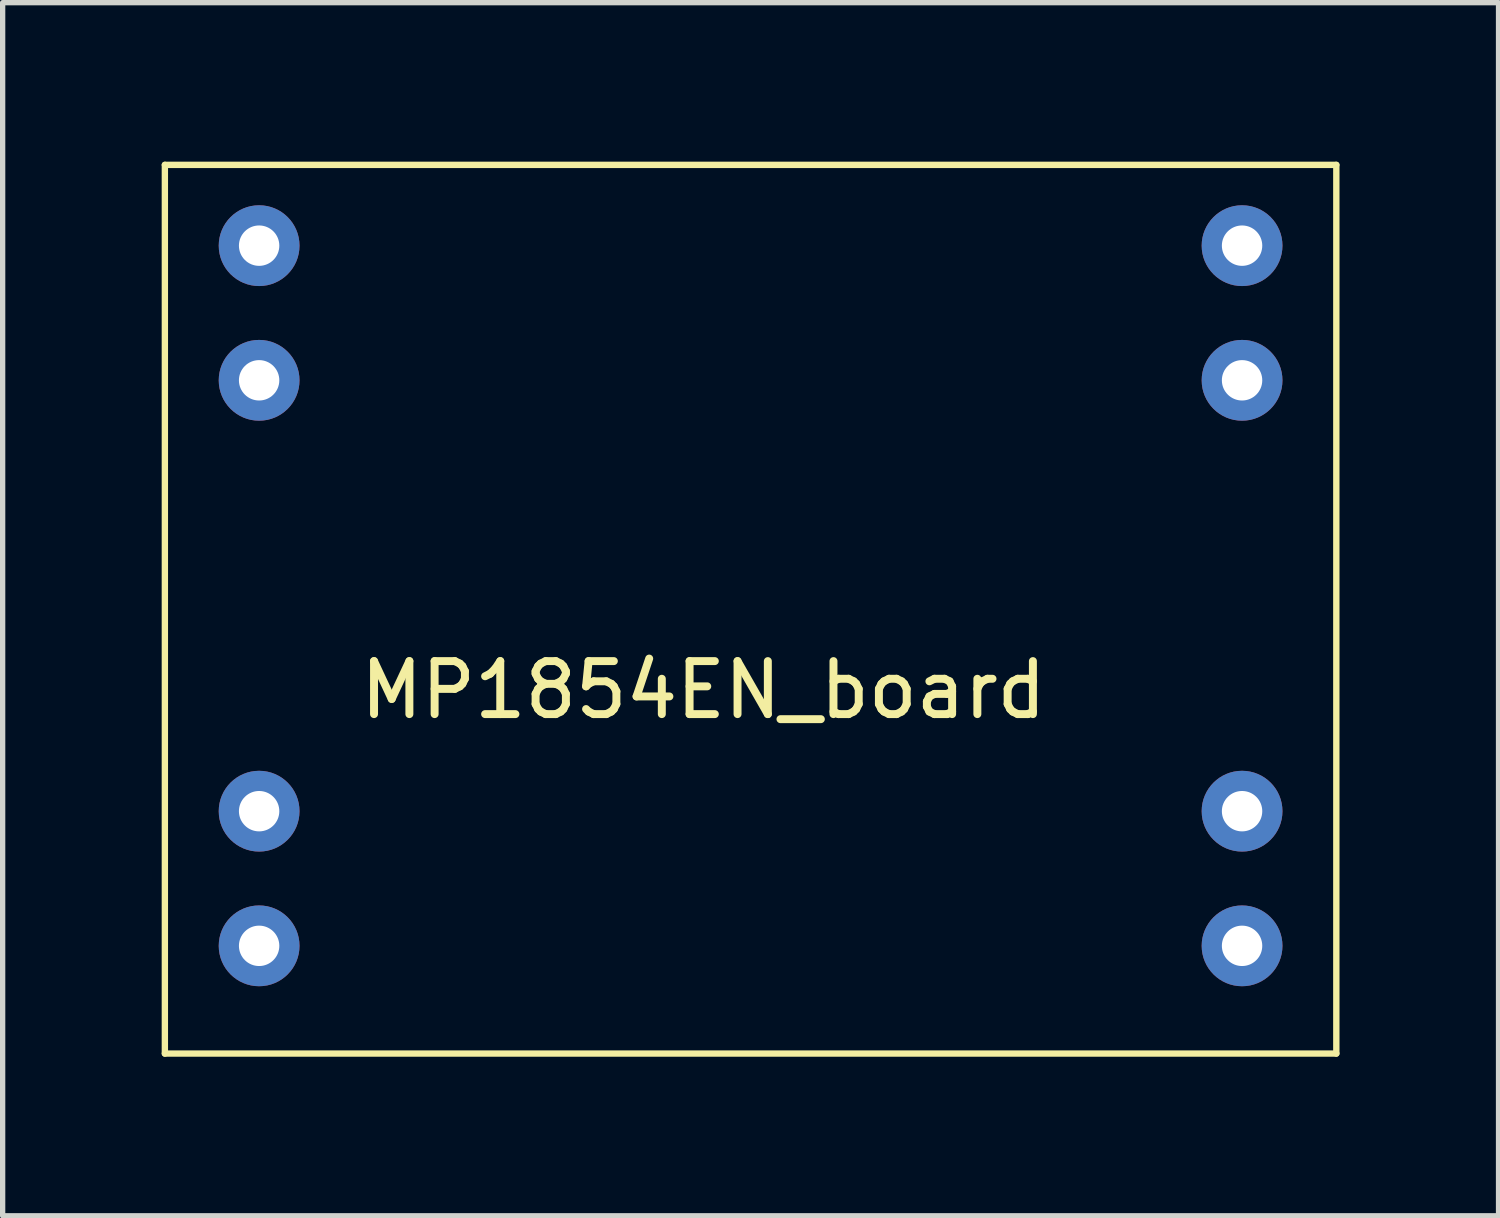
<source format=kicad_pcb>
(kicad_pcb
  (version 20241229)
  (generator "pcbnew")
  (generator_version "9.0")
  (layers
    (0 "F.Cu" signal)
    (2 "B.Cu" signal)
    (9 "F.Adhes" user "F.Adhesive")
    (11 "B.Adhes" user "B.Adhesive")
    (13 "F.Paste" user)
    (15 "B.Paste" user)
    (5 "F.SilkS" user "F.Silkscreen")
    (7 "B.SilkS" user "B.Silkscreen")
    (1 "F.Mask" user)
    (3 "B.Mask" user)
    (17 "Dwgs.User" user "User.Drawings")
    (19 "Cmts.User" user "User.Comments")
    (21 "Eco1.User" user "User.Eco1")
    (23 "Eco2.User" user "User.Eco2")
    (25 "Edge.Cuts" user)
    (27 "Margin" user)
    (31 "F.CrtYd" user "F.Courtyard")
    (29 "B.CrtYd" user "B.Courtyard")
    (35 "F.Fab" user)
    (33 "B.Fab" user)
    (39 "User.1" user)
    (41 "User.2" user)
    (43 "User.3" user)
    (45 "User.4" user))
  (footprint "MP1854EN_board"
    (layer "F.Cu")
    (at 9.458 6.664)
    (property "Reference" "MP1854EN_board" (at 0.762 3.302 0) (layer "F.SilkS") (effects (font (size 1 1) (thickness 0.15))))
    (attr through_hole)
    (fp_line (start -9.398 -6.604) (end 12.7 -6.604) (stroke (width 0.12) (type solid)) (layer "F.SilkS"))
    (fp_line (start -9.398 10.16) (end -9.398 -6.604) (stroke (width 0.12) (type solid)) (layer "F.SilkS"))
    (fp_line (start 12.7 -6.604) (end 12.7 10.16) (stroke (width 0.12) (type solid)) (layer "F.SilkS"))
    (fp_line (start 12.7 10.16) (end -9.398 10.16) (stroke (width 0.12) (type solid)) (layer "F.SilkS"))
    (pad "1" thru_hole circle (at -7.62 -5.08) (size 1.524 1.524) (drill 0.762) (layers "*.Cu" "*.Mask"))
    (pad "2" thru_hole circle (at -7.62 -2.54) (size 1.524 1.524) (drill 0.762) (layers "*.Cu" "*.Mask"))
    (pad "3" thru_hole circle (at -7.62 5.588) (size 1.524 1.524) (drill 0.762) (layers "*.Cu" "*.Mask"))
    (pad "4" thru_hole circle (at -7.62 8.128) (size 1.524 1.524) (drill 0.762) (layers "*.Cu" "*.Mask"))
    (pad "5" thru_hole circle (at 10.922 -5.08) (size 1.524 1.524) (drill 0.762) (layers "*.Cu" "*.Mask"))
    (pad "6" thru_hole circle (at 10.922 -2.54) (size 1.524 1.524) (drill 0.762) (layers "*.Cu" "*.Mask"))
    (pad "7" thru_hole circle (at 10.922 5.588) (size 1.524 1.524) (drill 0.762) (layers "*.Cu" "*.Mask"))
    (pad "8" thru_hole circle (at 10.922 8.128) (size 1.524 1.524) (drill 0.762) (layers "*.Cu" "*.Mask")))
  (gr_rect
    (start -3 -3)
    (end 25.218 19.884)
    (stroke (width 0.1) (type default))
    (fill no)
    (layer "Edge.Cuts")))
</source>
